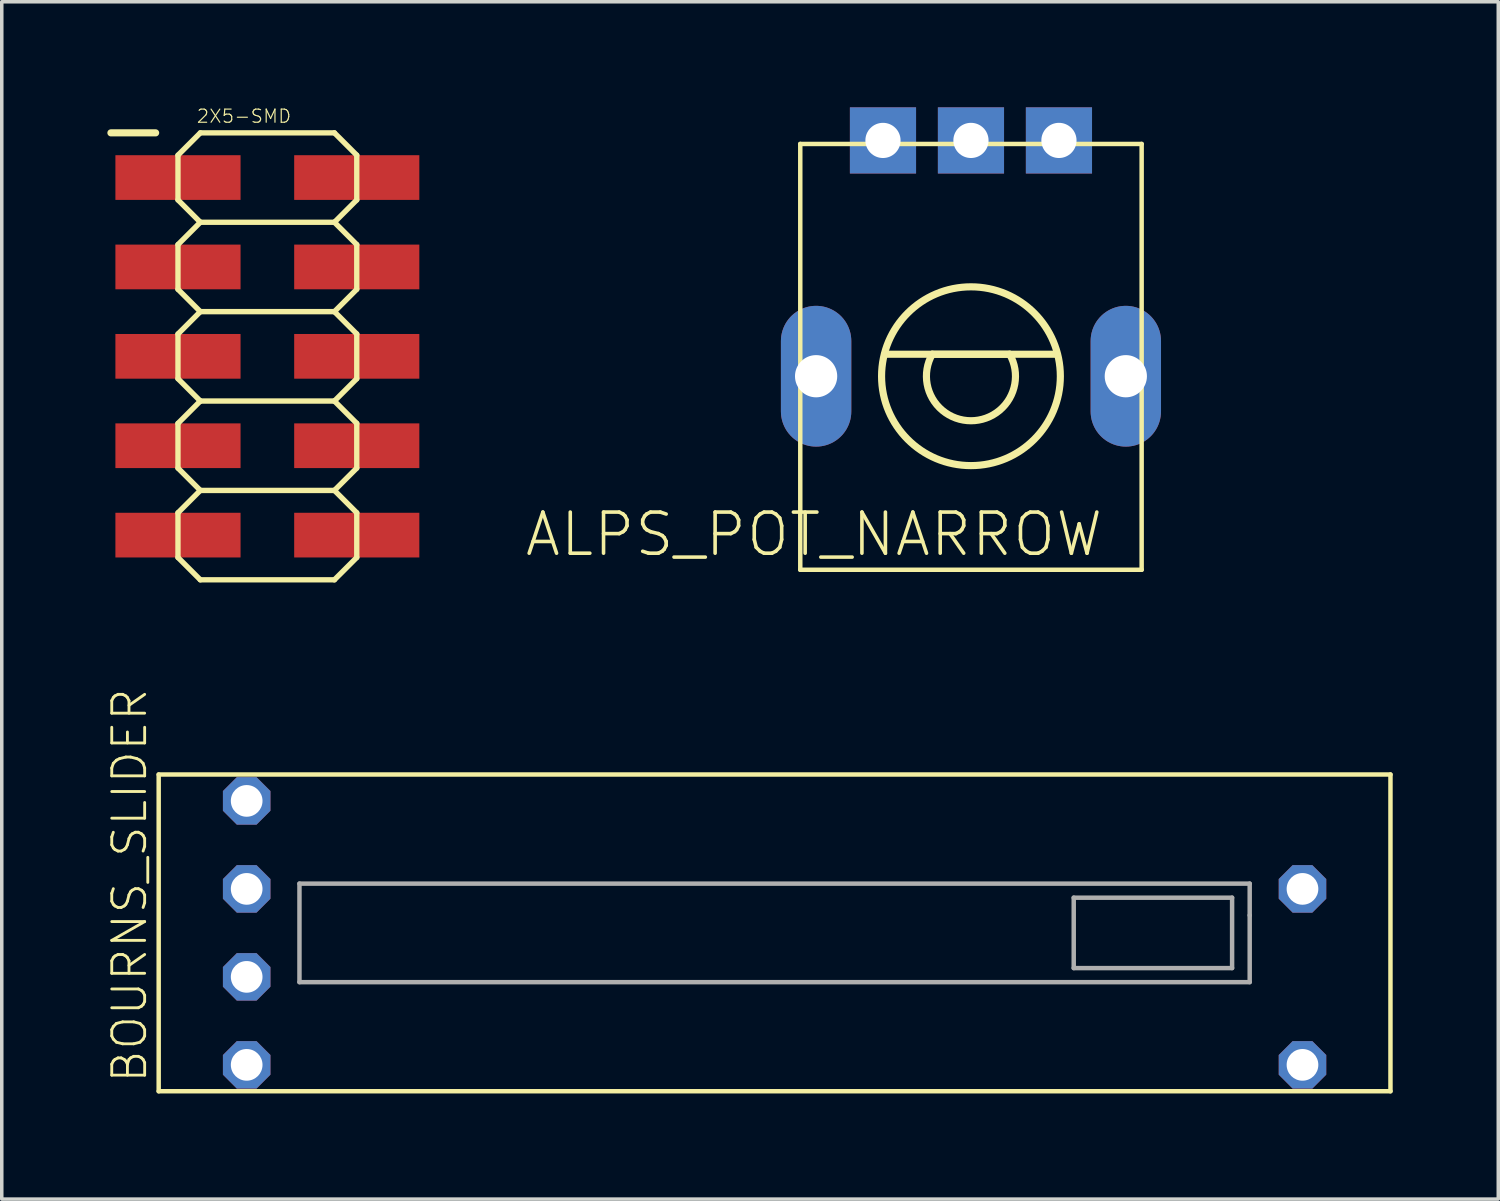
<source format=kicad_pcb>
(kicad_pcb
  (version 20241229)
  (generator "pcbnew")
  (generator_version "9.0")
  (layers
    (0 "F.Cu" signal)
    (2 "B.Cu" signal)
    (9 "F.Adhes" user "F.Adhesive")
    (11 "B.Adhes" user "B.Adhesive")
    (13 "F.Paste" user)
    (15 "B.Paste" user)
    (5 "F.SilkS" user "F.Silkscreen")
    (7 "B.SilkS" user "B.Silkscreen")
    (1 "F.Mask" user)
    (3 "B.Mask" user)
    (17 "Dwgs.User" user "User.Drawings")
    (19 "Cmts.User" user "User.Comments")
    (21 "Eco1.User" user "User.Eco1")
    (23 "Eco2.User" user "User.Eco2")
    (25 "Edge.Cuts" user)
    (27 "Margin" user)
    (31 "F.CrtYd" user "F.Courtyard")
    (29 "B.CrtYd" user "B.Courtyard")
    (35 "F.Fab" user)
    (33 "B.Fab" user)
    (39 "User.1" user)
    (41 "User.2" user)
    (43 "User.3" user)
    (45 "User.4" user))
  (footprint "ALPS_POT_NARROW"
    (layer "F.Cu")
    (at 24.539 7.64)
    (property "Reference" "ALPS_POT_NARROW" (at 3.81 3.81 0) (unlocked yes) (layer "F.SilkS") (effects (font (size 1.168 1.168) (thickness 0.102)) (justify right top)))
    (fp_line (start -4.85 -6.6) (end 4.85 -6.6) (stroke (width 0.127) (type solid)) (layer "F.SilkS"))
    (fp_line (start -4.85 5.5) (end -4.85 -6.6) (stroke (width 0.127) (type solid)) (layer "F.SilkS"))
    (fp_line (start -2.45 -0.625) (end 2.425 -0.625) (stroke (width 0.203) (type solid)) (layer "F.SilkS"))
    (fp_line (start -1.1 -0.625) (end 1.1 -0.625) (stroke (width 0.203) (type solid)) (layer "F.SilkS"))
    (fp_line (start 4.85 -6.6) (end 4.85 5.5) (stroke (width 0.127) (type solid)) (layer "F.SilkS"))
    (fp_line (start 4.85 5.5) (end -4.85 5.5) (stroke (width 0.127) (type solid)) (layer "F.SilkS"))
    (fp_arc (start 1.1 -0.625) (mid 0 1.265158) (end -1.1 -0.625) (stroke (width 0.2032) (type solid)) (layer "F.SilkS"))
    (fp_circle (center 0 0) (end 2.54 0) (stroke (width 0.203) (type solid)) (fill no) (layer "F.SilkS"))
    (pad "P$1" thru_hole rect (at -2.5 -6.7 270) (size 1.88 1.88) (drill 1) (layers "*.Cu" "*.Mask"))
    (pad "P$2" thru_hole rect (at 0 -6.7 270) (size 1.88 1.88) (drill 1) (layers "*.Cu" "*.Mask"))
    (pad "P$3" thru_hole rect (at 2.5 -6.7 270) (size 1.88 1.88) (drill 1) (layers "*.Cu" "*.Mask"))
    (pad "P$4" thru_hole oval (at -4.4 0 270) (size 4 2) (drill 1.2) (layers "*.Cu" "*.Mask"))
    (pad "P$5" thru_hole oval (at 4.4 0 270) (size 4 2) (drill 1.2) (layers "*.Cu" "*.Mask")))
  (footprint "2X5-SMD"
    (layer "F.Cu")
    (at 4.547 7.075)
    (property "Reference" "2X5-SMD" (at -2.032 -6.604 0) (unlocked yes) (layer "F.SilkS") (effects (font (size 0.374 0.374) (thickness 0.033)) (justify left bottom)))
    (fp_line (start -4.445 -6.35) (end -3.175 -6.35) (stroke (width 0.203) (type solid)) (layer "F.SilkS"))
    (fp_line (start -2.54 -5.715) (end -2.54 -4.445) (stroke (width 0.152) (type solid)) (layer "F.SilkS"))
    (fp_line (start -2.54 -4.445) (end -1.905 -3.81) (stroke (width 0.152) (type solid)) (layer "F.SilkS"))
    (fp_line (start -2.54 -3.175) (end -2.54 -1.905) (stroke (width 0.152) (type solid)) (layer "F.SilkS"))
    (fp_line (start -2.54 -1.905) (end -1.905 -1.27) (stroke (width 0.152) (type solid)) (layer "F.SilkS"))
    (fp_line (start -2.54 -0.635) (end -2.54 0.635) (stroke (width 0.152) (type solid)) (layer "F.SilkS"))
    (fp_line (start -2.54 0.635) (end -1.905 1.27) (stroke (width 0.152) (type solid)) (layer "F.SilkS"))
    (fp_line (start -2.54 1.905) (end -2.54 3.175) (stroke (width 0.152) (type solid)) (layer "F.SilkS"))
    (fp_line (start -2.54 3.175) (end -1.905 3.81) (stroke (width 0.152) (type solid)) (layer "F.SilkS"))
    (fp_line (start -2.54 4.445) (end -2.54 5.715) (stroke (width 0.152) (type solid)) (layer "F.SilkS"))
    (fp_line (start -2.54 5.715) (end -1.905 6.35) (stroke (width 0.152) (type solid)) (layer "F.SilkS"))
    (fp_line (start -1.905 -6.35) (end -2.54 -5.715) (stroke (width 0.152) (type solid)) (layer "F.SilkS"))
    (fp_line (start -1.905 -6.35) (end 1.905 -6.35) (stroke (width 0.152) (type solid)) (layer "F.SilkS"))
    (fp_line (start -1.905 -3.81) (end -2.54 -3.175) (stroke (width 0.152) (type solid)) (layer "F.SilkS"))
    (fp_line (start -1.905 -1.27) (end -2.54 -0.635) (stroke (width 0.152) (type solid)) (layer "F.SilkS"))
    (fp_line (start -1.905 1.27) (end -2.54 1.905) (stroke (width 0.152) (type solid)) (layer "F.SilkS"))
    (fp_line (start -1.905 3.81) (end -2.54 4.445) (stroke (width 0.152) (type solid)) (layer "F.SilkS"))
    (fp_line (start -1.905 6.35) (end 1.905 6.35) (stroke (width 0.152) (type solid)) (layer "F.SilkS"))
    (fp_line (start 1.905 -6.35) (end 2.54 -5.715) (stroke (width 0.152) (type solid)) (layer "F.SilkS"))
    (fp_line (start 1.905 -3.81) (end -1.905 -3.81) (stroke (width 0.152) (type solid)) (layer "F.SilkS"))
    (fp_line (start 1.905 -3.81) (end 2.54 -3.175) (stroke (width 0.152) (type solid)) (layer "F.SilkS"))
    (fp_line (start 1.905 -1.27) (end -1.905 -1.27) (stroke (width 0.152) (type solid)) (layer "F.SilkS"))
    (fp_line (start 1.905 -1.27) (end 2.54 -0.635) (stroke (width 0.152) (type solid)) (layer "F.SilkS"))
    (fp_line (start 1.905 1.27) (end -1.905 1.27) (stroke (width 0.152) (type solid)) (layer "F.SilkS"))
    (fp_line (start 1.905 1.27) (end 2.54 1.905) (stroke (width 0.152) (type solid)) (layer "F.SilkS"))
    (fp_line (start 1.905 3.81) (end -1.905 3.81) (stroke (width 0.152) (type solid)) (layer "F.SilkS"))
    (fp_line (start 1.905 3.81) (end 2.54 4.445) (stroke (width 0.152) (type solid)) (layer "F.SilkS"))
    (fp_line (start 2.54 -5.715) (end 2.54 -4.445) (stroke (width 0.152) (type solid)) (layer "F.SilkS"))
    (fp_line (start 2.54 -4.445) (end 1.905 -3.81) (stroke (width 0.152) (type solid)) (layer "F.SilkS"))
    (fp_line (start 2.54 -3.175) (end 2.54 -1.905) (stroke (width 0.152) (type solid)) (layer "F.SilkS"))
    (fp_line (start 2.54 -1.905) (end 1.905 -1.27) (stroke (width 0.152) (type solid)) (layer "F.SilkS"))
    (fp_line (start 2.54 -0.635) (end 2.54 0.635) (stroke (width 0.152) (type solid)) (layer "F.SilkS"))
    (fp_line (start 2.54 0.635) (end 1.905 1.27) (stroke (width 0.152) (type solid)) (layer "F.SilkS"))
    (fp_line (start 2.54 1.905) (end 2.54 3.175) (stroke (width 0.152) (type solid)) (layer "F.SilkS"))
    (fp_line (start 2.54 3.175) (end 1.905 3.81) (stroke (width 0.152) (type solid)) (layer "F.SilkS"))
    (fp_line (start 2.54 4.445) (end 2.54 5.715) (stroke (width 0.152) (type solid)) (layer "F.SilkS"))
    (fp_line (start 2.54 5.715) (end 1.905 6.35) (stroke (width 0.152) (type solid)) (layer "F.SilkS"))
    (pad "1" smd rect (at -2.54 -5.08) (size 3.556 1.27) (layers "F.Cu" "F.Mask" "F.Paste"))
    (pad "2" smd rect (at 2.54 -5.08) (size 3.556 1.27) (layers "F.Cu" "F.Mask" "F.Paste"))
    (pad "3" smd rect (at -2.54 -2.54) (size 3.556 1.27) (layers "F.Cu" "F.Mask" "F.Paste"))
    (pad "4" smd rect (at 2.54 -2.54) (size 3.556 1.27) (layers "F.Cu" "F.Mask" "F.Paste"))
    (pad "5" smd rect (at -2.54 0) (size 3.556 1.27) (layers "F.Cu" "F.Mask" "F.Paste"))
    (pad "6" smd rect (at 2.54 0) (size 3.556 1.27) (layers "F.Cu" "F.Mask" "F.Paste"))
    (pad "7" smd rect (at -2.54 2.54) (size 3.556 1.27) (layers "F.Cu" "F.Mask" "F.Paste"))
    (pad "8" smd rect (at 2.54 2.54) (size 3.556 1.27) (layers "F.Cu" "F.Mask" "F.Paste"))
    (pad "9" smd rect (at -2.54 5.08) (size 3.556 1.27) (layers "F.Cu" "F.Mask" "F.Paste"))
    (pad "10" smd rect (at 2.54 5.08) (size 3.556 1.27) (layers "F.Cu" "F.Mask" "F.Paste")))
  (footprint "BOURNS_SLIDER"
    (layer "F.Cu")
    (at 18.959 23.457)
    (property "Reference" "BOURNS_SLIDER" (at -17.78 4.318 90) (unlocked yes) (layer "F.SilkS") (effects (font (size 0.935 0.935) (thickness 0.081)) (justify left bottom)))
    (fp_line (start -17.5 -4.5) (end -17.5 4.5) (stroke (width 0.127) (type solid)) (layer "F.SilkS"))
    (fp_line (start -17.5 4.5) (end 17.5 4.5) (stroke (width 0.127) (type solid)) (layer "F.SilkS"))
    (fp_line (start 17.5 -4.5) (end -17.5 -4.5) (stroke (width 0.127) (type solid)) (layer "F.SilkS"))
    (fp_line (start 17.5 4.5) (end 17.5 -4.5) (stroke (width 0.127) (type solid)) (layer "F.SilkS"))
    (fp_line (start -13.5 -1.4) (end -13.5 1.4) (stroke (width 0.127) (type solid)) (layer "F.Fab"))
    (fp_line (start -13.5 1.4) (end 13.5 1.4) (stroke (width 0.127) (type solid)) (layer "F.Fab"))
    (fp_line (start 8.5 -1) (end 13 -1) (stroke (width 0.127) (type solid)) (layer "F.Fab"))
    (fp_line (start 8.5 1) (end 8.5 -1) (stroke (width 0.127) (type solid)) (layer "F.Fab"))
    (fp_line (start 13 -1) (end 13 1) (stroke (width 0.127) (type solid)) (layer "F.Fab"))
    (fp_line (start 13 1) (end 8.5 1) (stroke (width 0.127) (type solid)) (layer "F.Fab"))
    (fp_line (start 13.5 -1.4) (end -13.5 -1.4) (stroke (width 0.127) (type solid)) (layer "F.Fab"))
    (fp_line (start 13.5 -0.5) (end 13.5 -1.4) (stroke (width 0.127) (type solid)) (layer "F.Fab"))
    (fp_line (start 13.5 1.4) (end 13.5 -0.5) (stroke (width 0.127) (type solid)) (layer "F.Fab"))
    (pad "1" thru_hole roundrect (at -15 -1.25) (size 1.35 1.35) (drill 0.9) (layers "*.Cu" "*.Mask") (roundrect_rratio 0.25) (chamfer_ratio 0.293) (chamfer top_left top_right bottom_left bottom_right))
    (pad "2" thru_hole roundrect (at -15 -3.75) (size 1.35 1.35) (drill 0.9) (layers "*.Cu" "*.Mask") (roundrect_rratio 0.25) (chamfer_ratio 0.293) (chamfer top_left top_right bottom_left bottom_right))
    (pad "3" thru_hole roundrect (at 15 -1.25) (size 1.35 1.35) (drill 0.9) (layers "*.Cu" "*.Mask") (roundrect_rratio 0.25) (chamfer_ratio 0.293) (chamfer top_left top_right bottom_left bottom_right))
    (pad "B" thru_hole roundrect (at 15 3.75) (size 1.35 1.35) (drill 0.9) (layers "*.Cu" "*.Mask") (roundrect_rratio 0.25) (chamfer_ratio 0.293) (chamfer top_left top_right bottom_left bottom_right))
    (pad "DUMMY" thru_hole roundrect (at -15 1.25) (size 1.35 1.35) (drill 0.9) (layers "*.Cu" "*.Mask") (roundrect_rratio 0.25) (chamfer_ratio 0.293) (chamfer top_left top_right bottom_left bottom_right))
    (pad "E" thru_hole roundrect (at -15 3.75) (size 1.35 1.35) (drill 0.9) (layers "*.Cu" "*.Mask") (roundrect_rratio 0.25) (chamfer_ratio 0.293) (chamfer top_left top_right bottom_left bottom_right)))
  (gr_rect
    (start -3 -3)
    (end 39.522 31.021)
    (stroke (width 0.1) (type default))
    (fill no)
    (layer "Edge.Cuts")))
</source>
